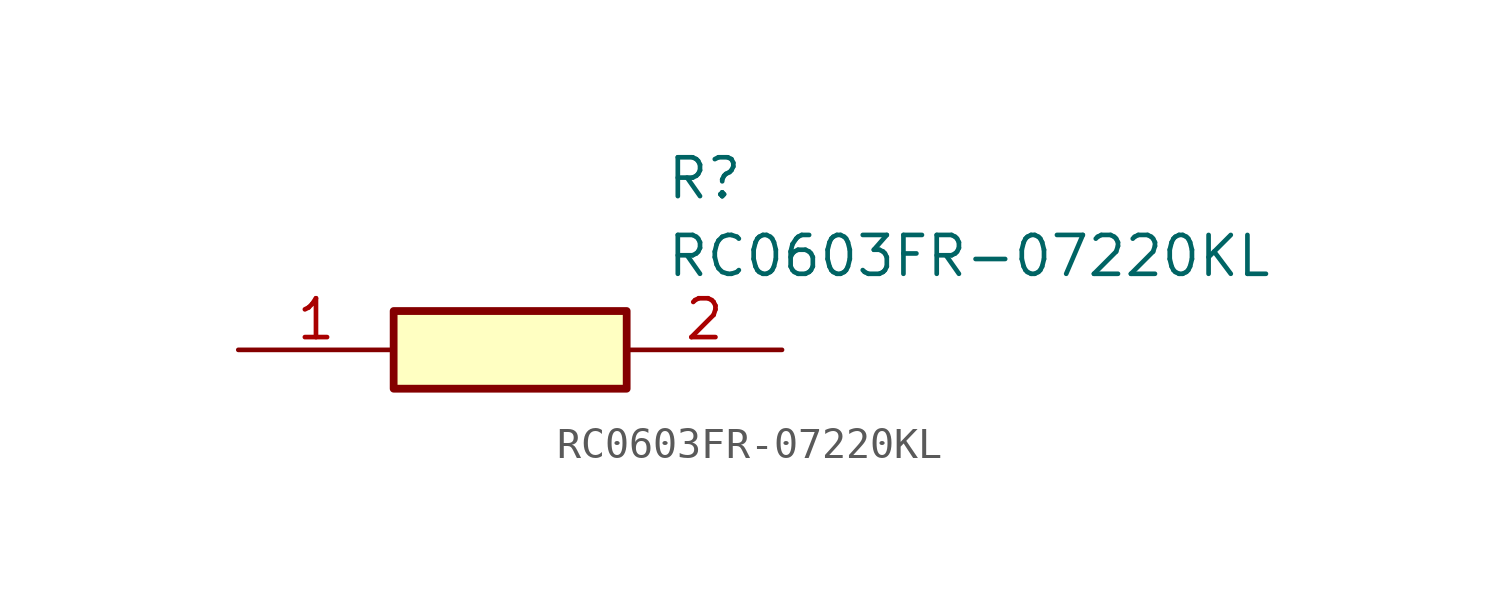
<source format=kicad_sym>
(kicad_symbol_lib
  (version 20211014)
  (generator SamacSys_ECAD_Model)
  (symbol "RC0603FR-07220KL"
    (pin_names hide)
    (property "Reference" "R"
      (at 13.97 6.35 0)
      (effects (font (size 1.27 1.27)) (justify left top)))
    (property "Value" "RC0603FR-07220KL"
      (at 13.97 3.81 0)
      (effects (font (size 1.27 1.27)) (justify left top)))
    (rectangle
      (start 5.08 1.27)
      (end 12.7 -1.27)
      (stroke (width 0.254) (type default))
      (fill (type background)))
    (pin passive line
      (at 0 0 0)
      (length 5.08)
      (name "1" (effects (font (size 1.27 1.27))))
      (number "1" (effects (font (size 1.27 1.27)))))
    (pin passive line
      (at 17.78 0 180)
      (length 5.08)
      (name "2" (effects (font (size 1.27 1.27))))
      (number "2" (effects (font (size 1.27 1.27)))))))
</source>
